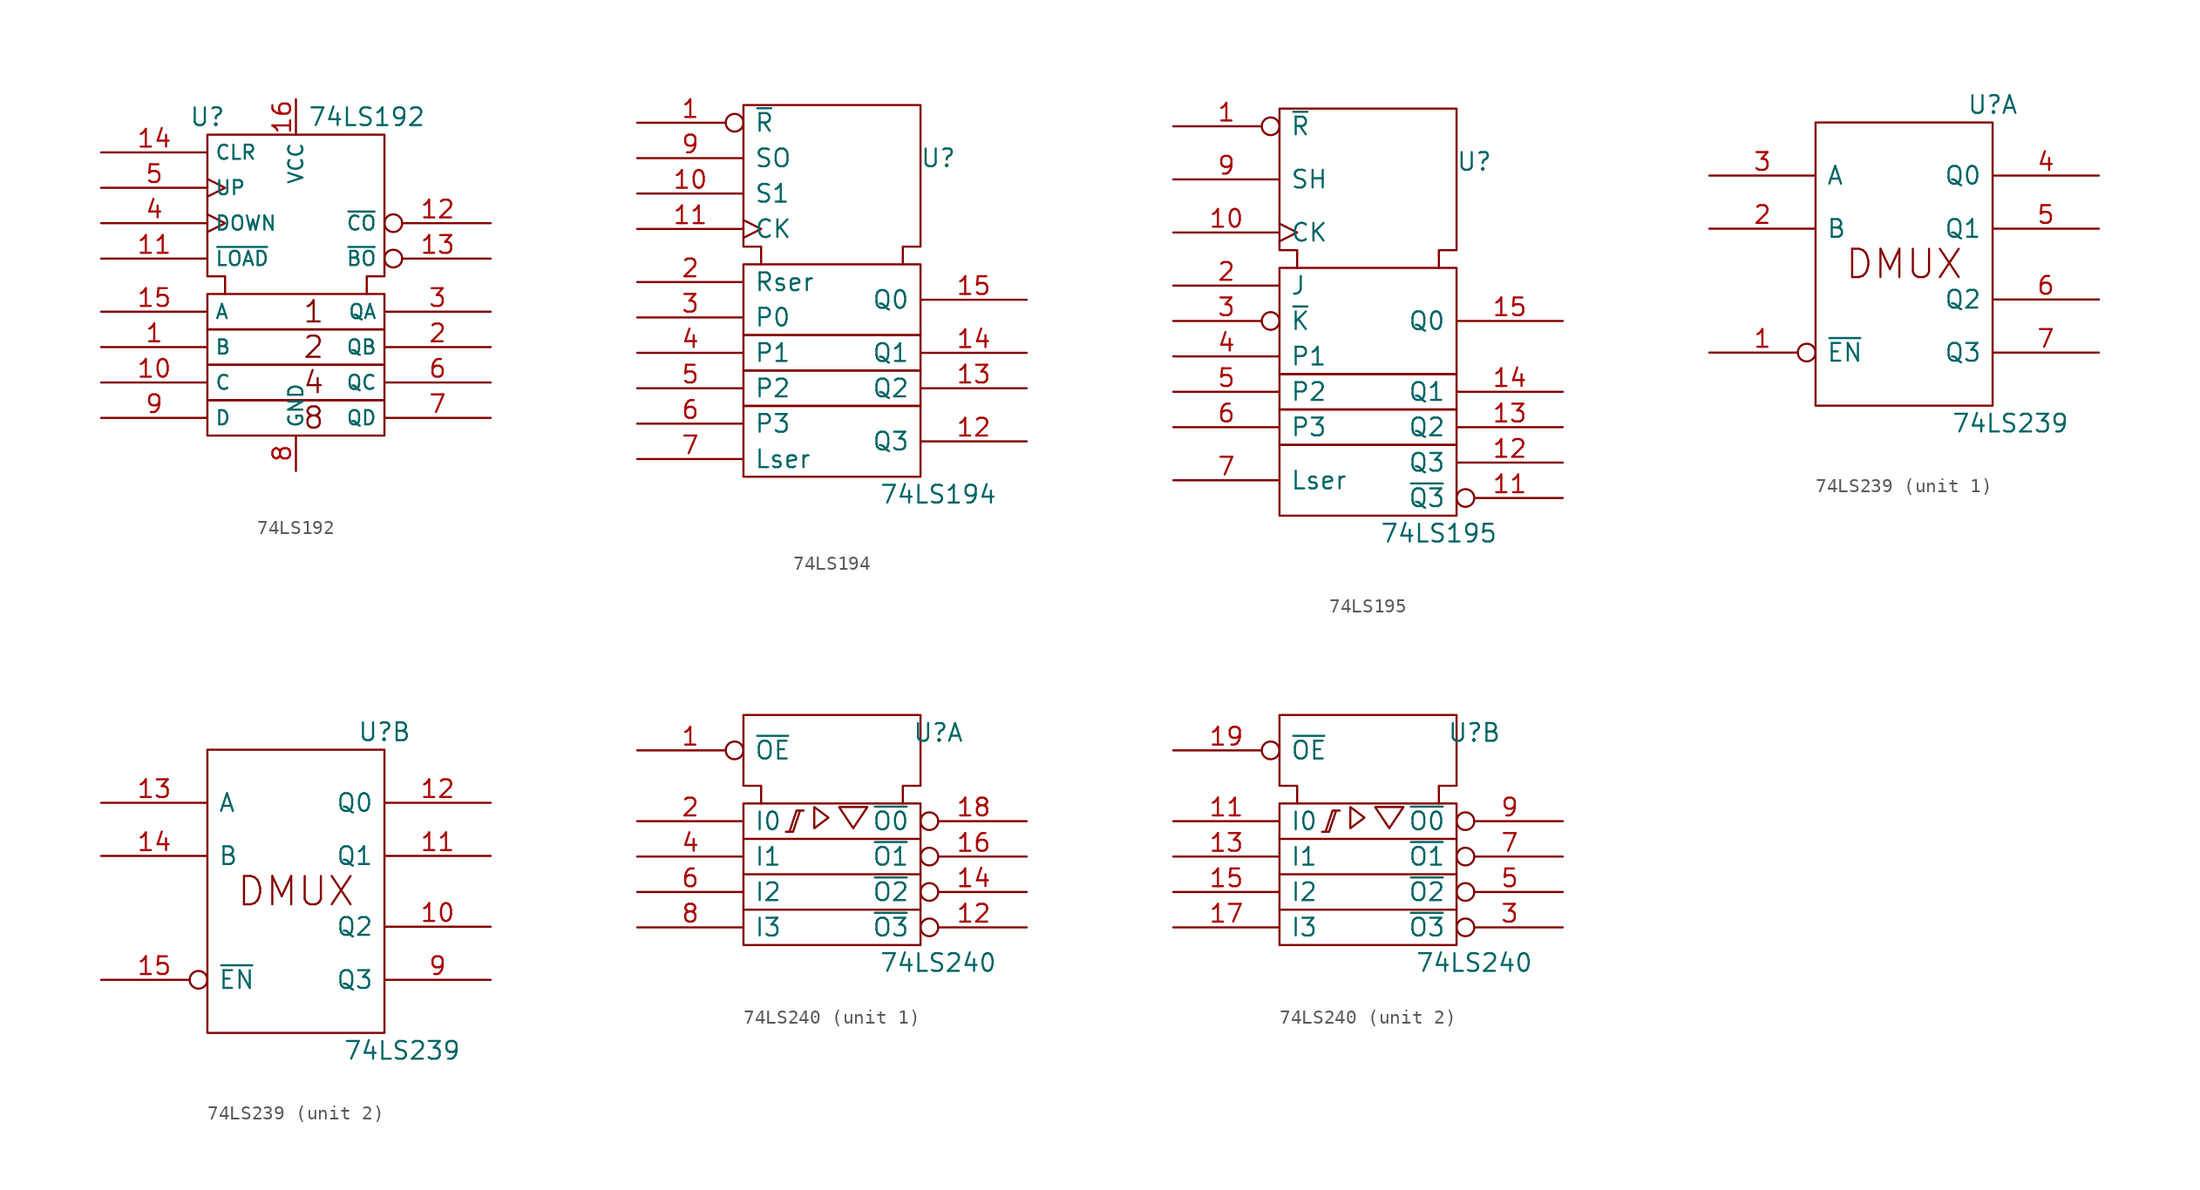
<source format=kicad_sym>
(kicad_symbol_lib
  (version 20201005)
  (generator kicad_symbol_editor)
  (symbol "74LS192"
    (property "Reference" "U"
      (at -6.35 12.7 0)
      (effects (font (size 1.27 1.27))))
    (property "Value" "74LS192"
      (at 5.08 12.7 0)
      (effects (font (size 1.27 1.27))))
    (symbol "74LS192_0_0"
      (text "1" (at 1.27 -1.27 0) (effects (font (size 1.524 1.524))))
      (text "2" (at 1.27 -3.81 0) (effects (font (size 1.524 1.524))))
      (text "4" (at 1.27 -6.35 0) (effects (font (size 1.524 1.524))))
      (text "8" (at 1.27 -8.89 0) (effects (font (size 1.524 1.524))))
      (pin power_in line (at 0 13.97 270) (length 2.54) (name "VCC" (effects (font (size 1.016 1.016)))) (number "16" (effects (font (size 1.27 1.27)))))
      (pin power_in line (at 0 -12.7 90) (length 2.54) (name "GND" (effects (font (size 1.016 1.016)))) (number "8" (effects (font (size 1.27 1.27))))))
    (symbol "74LS192_0_1"
      (rectangle (start -6.35 -7.62) (end 6.35 -10.16) (stroke (width 0)) (fill (type none)))
      (rectangle (start -6.35 -5.08) (end 6.35 -7.62) (stroke (width 0)) (fill (type none)))
      (rectangle (start -6.35 -2.54) (end 6.35 -5.08) (stroke (width 0)) (fill (type none)))
      (rectangle (start -6.35 0) (end 6.35 -2.54) (stroke (width 0)) (fill (type none)))
      (polyline (pts (xy -5.08 0) (xy -5.08 1.27) (xy -6.35 1.27) (xy -6.35 11.43) (xy 6.35 11.43) (xy 6.35 1.27) (xy 5.08 1.27) (xy 5.08 0) (xy 5.08 0)) (stroke (width 0)) (fill (type none))))
    (symbol "74LS192_1_1"
      (pin input line (at -13.97 -3.81 0) (length 7.62) (name "B" (effects (font (size 1.016 1.016)))) (number "1" (effects (font (size 1.27 1.27)))))
      (pin input line (at -13.97 -6.35 0) (length 7.62) (name "C" (effects (font (size 1.016 1.016)))) (number "10" (effects (font (size 1.27 1.27)))))
      (pin input line (at -13.97 2.54 0) (length 7.62) (name "~LOAD" (effects (font (size 1.016 1.016)))) (number "11" (effects (font (size 1.27 1.27)))))
      (pin output inverted (at 13.97 5.08 180) (length 7.62) (name "~CO" (effects (font (size 1.016 1.016)))) (number "12" (effects (font (size 1.27 1.27)))))
      (pin output inverted (at 13.97 2.54 180) (length 7.62) (name "~BO" (effects (font (size 1.016 1.016)))) (number "13" (effects (font (size 1.27 1.27)))))
      (pin input line (at -13.97 10.16 0) (length 7.62) (name "CLR" (effects (font (size 1.016 1.016)))) (number "14" (effects (font (size 1.27 1.27)))))
      (pin input line (at -13.97 -1.27 0) (length 7.62) (name "A" (effects (font (size 1.016 1.016)))) (number "15" (effects (font (size 1.27 1.27)))))
      (pin output line (at 13.97 -3.81 180) (length 7.62) (name "QB" (effects (font (size 1.016 1.016)))) (number "2" (effects (font (size 1.27 1.27)))))
      (pin output line (at 13.97 -1.27 180) (length 7.62) (name "QA" (effects (font (size 1.016 1.016)))) (number "3" (effects (font (size 1.27 1.27)))))
      (pin input clock (at -13.97 5.08 0) (length 7.62) (name "DOWN" (effects (font (size 1.016 1.016)))) (number "4" (effects (font (size 1.27 1.27)))))
      (pin input clock (at -13.97 7.62 0) (length 7.62) (name "UP" (effects (font (size 1.016 1.016)))) (number "5" (effects (font (size 1.27 1.27)))))
      (pin output line (at 13.97 -6.35 180) (length 7.62) (name "QC" (effects (font (size 1.016 1.016)))) (number "6" (effects (font (size 1.27 1.27)))))
      (pin output line (at 13.97 -8.89 180) (length 7.62) (name "QD" (effects (font (size 1.016 1.016)))) (number "7" (effects (font (size 1.27 1.27)))))
      (pin input line (at -13.97 -8.89 0) (length 7.62) (name "D" (effects (font (size 1.016 1.016)))) (number "9" (effects (font (size 1.27 1.27)))))))
  (symbol "74LS194"
    (pin_names
      (offset 0.762))
    (property "Reference" "U"
      (at 7.62 8.89 0)
      (effects (font (size 1.27 1.27))))
    (property "Value" "74LS194"
      (at 7.62 -15.24 0)
      (effects (font (size 1.27 1.27))))
    (symbol "74LS194_0_0"
      (rectangle (start -6.35 -8.89) (end 6.35 -13.97) (stroke (width 0)) (fill (type none)))
      (polyline (pts (xy -5.08 1.27) (xy -5.08 2.54) (xy -6.35 2.54) (xy -6.35 12.7) (xy 6.35 12.7) (xy 6.35 2.54) (xy 5.08 2.54) (xy 5.08 1.27) (xy 5.08 1.27)) (stroke (width 0)) (fill (type none)))
      (pin power_in line (at -13.97 -12.7 0) (length 7.62) (name "Lser" (effects (font (size 1.27 1.27)))) (number "7" (effects (font (size 1.27 1.27)))))
      (pin power_in line (at 0 12.7 270) (length 0) hide (name "GND" (effects (font (size 1.27 1.27)))) (number "8" (effects (font (size 1.27 1.27))))))
    (symbol "74LS194_0_1"
      (rectangle (start -6.35 -6.35) (end 6.35 -8.89) (stroke (width 0)) (fill (type none)))
      (rectangle (start -6.35 -3.81) (end 6.35 -6.35) (stroke (width 0)) (fill (type none)))
      (rectangle (start -6.35 1.27) (end 6.35 -3.81) (stroke (width 0)) (fill (type none)))
      (pin power_in line (at 3.81 12.7 270) (length 0) hide (name "Vdd" (effects (font (size 1.27 1.27)))) (number "16" (effects (font (size 1.27 1.27))))))
    (symbol "74LS194_1_1"
      (pin input inverted (at -13.97 11.43 0) (length 7.62) (name "~R" (effects (font (size 1.27 1.27)))) (number "1" (effects (font (size 1.27 1.27)))))
      (pin input line (at -13.97 6.35 0) (length 7.62) (name "S1" (effects (font (size 1.27 1.27)))) (number "10" (effects (font (size 1.27 1.27)))))
      (pin input clock (at -13.97 3.81 0) (length 7.62) (name "CK" (effects (font (size 1.27 1.27)))) (number "11" (effects (font (size 1.27 1.27)))))
      (pin output line (at 13.97 -11.43 180) (length 7.62) (name "Q3" (effects (font (size 1.27 1.27)))) (number "12" (effects (font (size 1.27 1.27)))))
      (pin output line (at 13.97 -7.62 180) (length 7.62) (name "Q2" (effects (font (size 1.27 1.27)))) (number "13" (effects (font (size 1.27 1.27)))))
      (pin output line (at 13.97 -5.08 180) (length 7.62) (name "Q1" (effects (font (size 1.27 1.27)))) (number "14" (effects (font (size 1.27 1.27)))))
      (pin output line (at 13.97 -1.27 180) (length 7.62) (name "Q0" (effects (font (size 1.27 1.27)))) (number "15" (effects (font (size 1.27 1.27)))))
      (pin input line (at -13.97 0 0) (length 7.62) (name "Rser" (effects (font (size 1.27 1.27)))) (number "2" (effects (font (size 1.27 1.27)))))
      (pin input line (at -13.97 -2.54 0) (length 7.62) (name "P0" (effects (font (size 1.27 1.27)))) (number "3" (effects (font (size 1.27 1.27)))))
      (pin input line (at -13.97 -5.08 0) (length 7.62) (name "P1" (effects (font (size 1.27 1.27)))) (number "4" (effects (font (size 1.27 1.27)))))
      (pin input line (at -13.97 -7.62 0) (length 7.62) (name "P2" (effects (font (size 1.27 1.27)))) (number "5" (effects (font (size 1.27 1.27)))))
      (pin input line (at -13.97 -10.16 0) (length 7.62) (name "P3" (effects (font (size 1.27 1.27)))) (number "6" (effects (font (size 1.27 1.27)))))
      (pin input line (at -13.97 8.89 0) (length 7.62) (name "SO" (effects (font (size 1.27 1.27)))) (number "9" (effects (font (size 1.27 1.27)))))))
  (symbol "74LS195"
    (pin_names
      (offset 0.762))
    (property "Reference" "U"
      (at 7.62 8.89 0)
      (effects (font (size 1.27 1.27))))
    (property "Value" "74LS195"
      (at 5.08 -17.78 0)
      (effects (font (size 1.27 1.27))))
    (symbol "74LS195_0_0"
      (rectangle (start -6.35 -11.43) (end 6.35 -16.51) (stroke (width 0)) (fill (type none)))
      (rectangle (start -6.35 -8.89) (end 6.35 -11.43) (stroke (width 0)) (fill (type none)))
      (rectangle (start -6.35 -6.35) (end 6.35 -8.89) (stroke (width 0)) (fill (type none)))
      (rectangle (start -6.35 1.27) (end 6.35 -6.35) (stroke (width 0)) (fill (type none)))
      (polyline (pts (xy -5.08 1.27) (xy -5.08 2.54) (xy -6.35 2.54) (xy -6.35 12.7) (xy 6.35 12.7) (xy 6.35 2.54) (xy 5.08 2.54) (xy 5.08 1.27) (xy 5.08 1.27)) (stroke (width 0)) (fill (type none)))
      (pin power_in line (at -13.97 -13.97 0) (length 7.62) (name "Lser" (effects (font (size 1.27 1.27)))) (number "7" (effects (font (size 1.27 1.27)))))
      (pin power_in line (at 0 12.7 270) (length 0) hide (name "GND" (effects (font (size 1.27 1.27)))) (number "8" (effects (font (size 1.27 1.27))))))
    (symbol "74LS195_0_1"
      (pin power_in line (at 3.81 12.7 270) (length 0) hide (name "Vdd" (effects (font (size 1.27 1.27)))) (number "16" (effects (font (size 1.27 1.27))))))
    (symbol "74LS195_1_1"
      (pin input inverted (at -13.97 11.43 0) (length 7.62) (name "~R" (effects (font (size 1.27 1.27)))) (number "1" (effects (font (size 1.27 1.27)))))
      (pin input clock (at -13.97 3.81 0) (length 7.62) (name "CK" (effects (font (size 1.27 1.27)))) (number "10" (effects (font (size 1.27 1.27)))))
      (pin input inverted (at 13.97 -15.24 180) (length 7.62) (name "~Q3" (effects (font (size 1.27 1.27)))) (number "11" (effects (font (size 1.27 1.27)))))
      (pin output line (at 13.97 -12.7 180) (length 7.62) (name "Q3" (effects (font (size 1.27 1.27)))) (number "12" (effects (font (size 1.27 1.27)))))
      (pin output line (at 13.97 -10.16 180) (length 7.62) (name "Q2" (effects (font (size 1.27 1.27)))) (number "13" (effects (font (size 1.27 1.27)))))
      (pin output line (at 13.97 -7.62 180) (length 7.62) (name "Q1" (effects (font (size 1.27 1.27)))) (number "14" (effects (font (size 1.27 1.27)))))
      (pin output line (at 13.97 -2.54 180) (length 7.62) (name "Q0" (effects (font (size 1.27 1.27)))) (number "15" (effects (font (size 1.27 1.27)))))
      (pin input line (at -13.97 0 0) (length 7.62) (name "J" (effects (font (size 1.27 1.27)))) (number "2" (effects (font (size 1.27 1.27)))))
      (pin input inverted (at -13.97 -2.54 0) (length 7.62) (name "~K" (effects (font (size 1.27 1.27)))) (number "3" (effects (font (size 1.27 1.27)))))
      (pin input line (at -13.97 -5.08 0) (length 7.62) (name "P1" (effects (font (size 1.27 1.27)))) (number "4" (effects (font (size 1.27 1.27)))))
      (pin input line (at -13.97 -7.62 0) (length 7.62) (name "P2" (effects (font (size 1.27 1.27)))) (number "5" (effects (font (size 1.27 1.27)))))
      (pin input line (at -13.97 -10.16 0) (length 7.62) (name "P3" (effects (font (size 1.27 1.27)))) (number "6" (effects (font (size 1.27 1.27)))))
      (pin input line (at -13.97 7.62 0) (length 7.62) (name "SH" (effects (font (size 1.27 1.27)))) (number "9" (effects (font (size 1.27 1.27)))))))
  (symbol "74LS239"
    (pin_names
      (offset 0.762))
    (property "Reference" "U"
      (at 6.35 11.43 0)
      (effects (font (size 1.27 1.27))))
    (property "Value" "74LS239"
      (at 7.62 -11.43 0)
      (effects (font (size 1.27 1.27))))
    (symbol "74LS239_0_0"
      (text "DMUX" (at 0 0 0) (effects (font (size 2.032 2.032))))
      (rectangle (start -6.35 10.16) (end 6.35 -10.16) (stroke (width 0)) (fill (type none)))
      (pin power_in line (at 0 10.16 270) (length 0) hide (name "VCC" (effects (font (size 1.27 1.27)))) (number "16" (effects (font (size 1.27 1.27)))))
      (pin power_in line (at 0 -10.16 90) (length 0) hide (name "GND" (effects (font (size 1.27 1.27)))) (number "8" (effects (font (size 1.27 1.27))))))
    (symbol "74LS239_1_1"
      (pin input inverted (at -13.97 -6.35 0) (length 7.62) (name "~EN" (effects (font (size 1.27 1.27)))) (number "1" (effects (font (size 1.27 1.27)))))
      (pin input line (at -13.97 2.54 0) (length 7.62) (name "B" (effects (font (size 1.27 1.27)))) (number "2" (effects (font (size 1.27 1.27)))))
      (pin input line (at -13.97 6.35 0) (length 7.62) (name "A" (effects (font (size 1.27 1.27)))) (number "3" (effects (font (size 1.27 1.27)))))
      (pin output line (at 13.97 6.35 180) (length 7.62) (name "Q0" (effects (font (size 1.27 1.27)))) (number "4" (effects (font (size 1.27 1.27)))))
      (pin output line (at 13.97 2.54 180) (length 7.62) (name "Q1" (effects (font (size 1.27 1.27)))) (number "5" (effects (font (size 1.27 1.27)))))
      (pin output line (at 13.97 -2.54 180) (length 7.62) (name "Q2" (effects (font (size 1.27 1.27)))) (number "6" (effects (font (size 1.27 1.27)))))
      (pin output line (at 13.97 -6.35 180) (length 7.62) (name "Q3" (effects (font (size 1.27 1.27)))) (number "7" (effects (font (size 1.27 1.27))))))
    (symbol "74LS239_2_1"
      (pin output line (at 13.97 -2.54 180) (length 7.62) (name "Q2" (effects (font (size 1.27 1.27)))) (number "10" (effects (font (size 1.27 1.27)))))
      (pin output line (at 13.97 2.54 180) (length 7.62) (name "Q1" (effects (font (size 1.27 1.27)))) (number "11" (effects (font (size 1.27 1.27)))))
      (pin output line (at 13.97 6.35 180) (length 7.62) (name "Q0" (effects (font (size 1.27 1.27)))) (number "12" (effects (font (size 1.27 1.27)))))
      (pin input line (at -13.97 6.35 0) (length 7.62) (name "A" (effects (font (size 1.27 1.27)))) (number "13" (effects (font (size 1.27 1.27)))))
      (pin input line (at -13.97 2.54 0) (length 7.62) (name "B" (effects (font (size 1.27 1.27)))) (number "14" (effects (font (size 1.27 1.27)))))
      (pin input inverted (at -13.97 -6.35 0) (length 7.62) (name "~EN" (effects (font (size 1.27 1.27)))) (number "15" (effects (font (size 1.27 1.27)))))
      (pin output line (at 13.97 -6.35 180) (length 7.62) (name "Q3" (effects (font (size 1.27 1.27)))) (number "9" (effects (font (size 1.27 1.27)))))))
  (symbol "74LS240"
    (pin_names
      (offset 0.762))
    (property "Reference" "U"
      (at 7.62 8.89 0)
      (effects (font (size 1.27 1.27))))
    (property "Value" "74LS240"
      (at 7.62 -7.62 0)
      (effects (font (size 1.27 1.27))))
    (symbol "74LS240_0_0"
      (polyline (pts (xy -1.27 3.556) (xy -1.27 2.032) (xy -0.254 2.794) (xy -1.27 3.556) (xy -1.27 3.556)) (stroke (width 0)) (fill (type none)))
      (polyline (pts (xy 0.762 3.556) (xy 2.54 3.556) (xy 1.524 2.032) (xy 0.508 3.556) (xy 0.762 3.556) (xy 0.762 3.556)) (stroke (width 0)) (fill (type none))))
    (symbol "74LS240_0_1"
      (rectangle (start -6.35 3.81) (end 6.35 -6.35) (stroke (width 0)) (fill (type none)))
      (polyline (pts (xy -6.35 -3.81) (xy 6.35 -3.81) (xy 6.35 -3.81)) (stroke (width 0)) (fill (type none)))
      (polyline (pts (xy -6.35 -1.27) (xy 6.35 -1.27) (xy 6.35 -1.27)) (stroke (width 0)) (fill (type none)))
      (polyline (pts (xy -6.35 1.27) (xy 6.35 1.27) (xy 6.35 1.27)) (stroke (width 0)) (fill (type none)))
      (polyline (pts (xy -3.302 1.778) (xy -2.794 1.778) (xy -2.286 3.302) (xy -2.032 3.302) (xy -2.54 3.302) (xy -3.048 1.778) (xy -3.048 1.778)) (stroke (width 0)) (fill (type none)))
      (polyline (pts (xy -5.08 3.81) (xy -5.08 5.08) (xy -6.35 5.08) (xy -6.35 10.16) (xy 6.35 10.16) (xy 6.35 5.08) (xy 5.08 5.08) (xy 5.08 3.81) (xy 5.08 3.81)) (stroke (width 0)) (fill (type none)))
      (pin power_in line (at 1.27 10.16 270) (length 0) hide (name "GND" (effects (font (size 1.27 1.27)))) (number "10" (effects (font (size 1.27 1.27)))))
      (pin power_in line (at 5.08 10.16 270) (length 0) hide (name "VCC" (effects (font (size 1.27 1.27)))) (number "20" (effects (font (size 1.27 1.27))))))
    (symbol "74LS240_1_1"
      (pin input inverted (at -13.97 7.62 0) (length 7.62) (name "~OE" (effects (font (size 1.27 1.27)))) (number "1" (effects (font (size 1.27 1.27)))))
      (pin tri_state inverted (at 13.97 -5.08 180) (length 7.62) (name "~O3" (effects (font (size 1.27 1.27)))) (number "12" (effects (font (size 1.27 1.27)))))
      (pin tri_state inverted (at 13.97 -2.54 180) (length 7.62) (name "~O2" (effects (font (size 1.27 1.27)))) (number "14" (effects (font (size 1.27 1.27)))))
      (pin tri_state inverted (at 13.97 0 180) (length 7.62) (name "~O1" (effects (font (size 1.27 1.27)))) (number "16" (effects (font (size 1.27 1.27)))))
      (pin tri_state inverted (at 13.97 2.54 180) (length 7.62) (name "~O0" (effects (font (size 1.27 1.27)))) (number "18" (effects (font (size 1.27 1.27)))))
      (pin input line (at -13.97 2.54 0) (length 7.62) (name "I0" (effects (font (size 1.27 1.27)))) (number "2" (effects (font (size 1.27 1.27)))))
      (pin input line (at -13.97 0 0) (length 7.62) (name "I1" (effects (font (size 1.27 1.27)))) (number "4" (effects (font (size 1.27 1.27)))))
      (pin input line (at -13.97 -2.54 0) (length 7.62) (name "I2" (effects (font (size 1.27 1.27)))) (number "6" (effects (font (size 1.27 1.27)))))
      (pin input line (at -13.97 -5.08 0) (length 7.62) (name "I3" (effects (font (size 1.27 1.27)))) (number "8" (effects (font (size 1.27 1.27))))))
    (symbol "74LS240_2_1"
      (pin input line (at -13.97 2.54 0) (length 7.62) (name "I0" (effects (font (size 1.27 1.27)))) (number "11" (effects (font (size 1.27 1.27)))))
      (pin input line (at -13.97 0 0) (length 7.62) (name "I1" (effects (font (size 1.27 1.27)))) (number "13" (effects (font (size 1.27 1.27)))))
      (pin input line (at -13.97 -2.54 0) (length 7.62) (name "I2" (effects (font (size 1.27 1.27)))) (number "15" (effects (font (size 1.27 1.27)))))
      (pin input line (at -13.97 -5.08 0) (length 7.62) (name "I3" (effects (font (size 1.27 1.27)))) (number "17" (effects (font (size 1.27 1.27)))))
      (pin input inverted (at -13.97 7.62 0) (length 7.62) (name "~OE" (effects (font (size 1.27 1.27)))) (number "19" (effects (font (size 1.27 1.27)))))
      (pin tri_state inverted (at 13.97 -5.08 180) (length 7.62) (name "~O3" (effects (font (size 1.27 1.27)))) (number "3" (effects (font (size 1.27 1.27)))))
      (pin tri_state inverted (at 13.97 -2.54 180) (length 7.62) (name "~O2" (effects (font (size 1.27 1.27)))) (number "5" (effects (font (size 1.27 1.27)))))
      (pin tri_state inverted (at 13.97 0 180) (length 7.62) (name "~O1" (effects (font (size 1.27 1.27)))) (number "7" (effects (font (size 1.27 1.27)))))
      (pin tri_state inverted (at 13.97 2.54 180) (length 7.62) (name "~O0" (effects (font (size 1.27 1.27)))) (number "9" (effects (font (size 1.27 1.27))))))))
</source>
